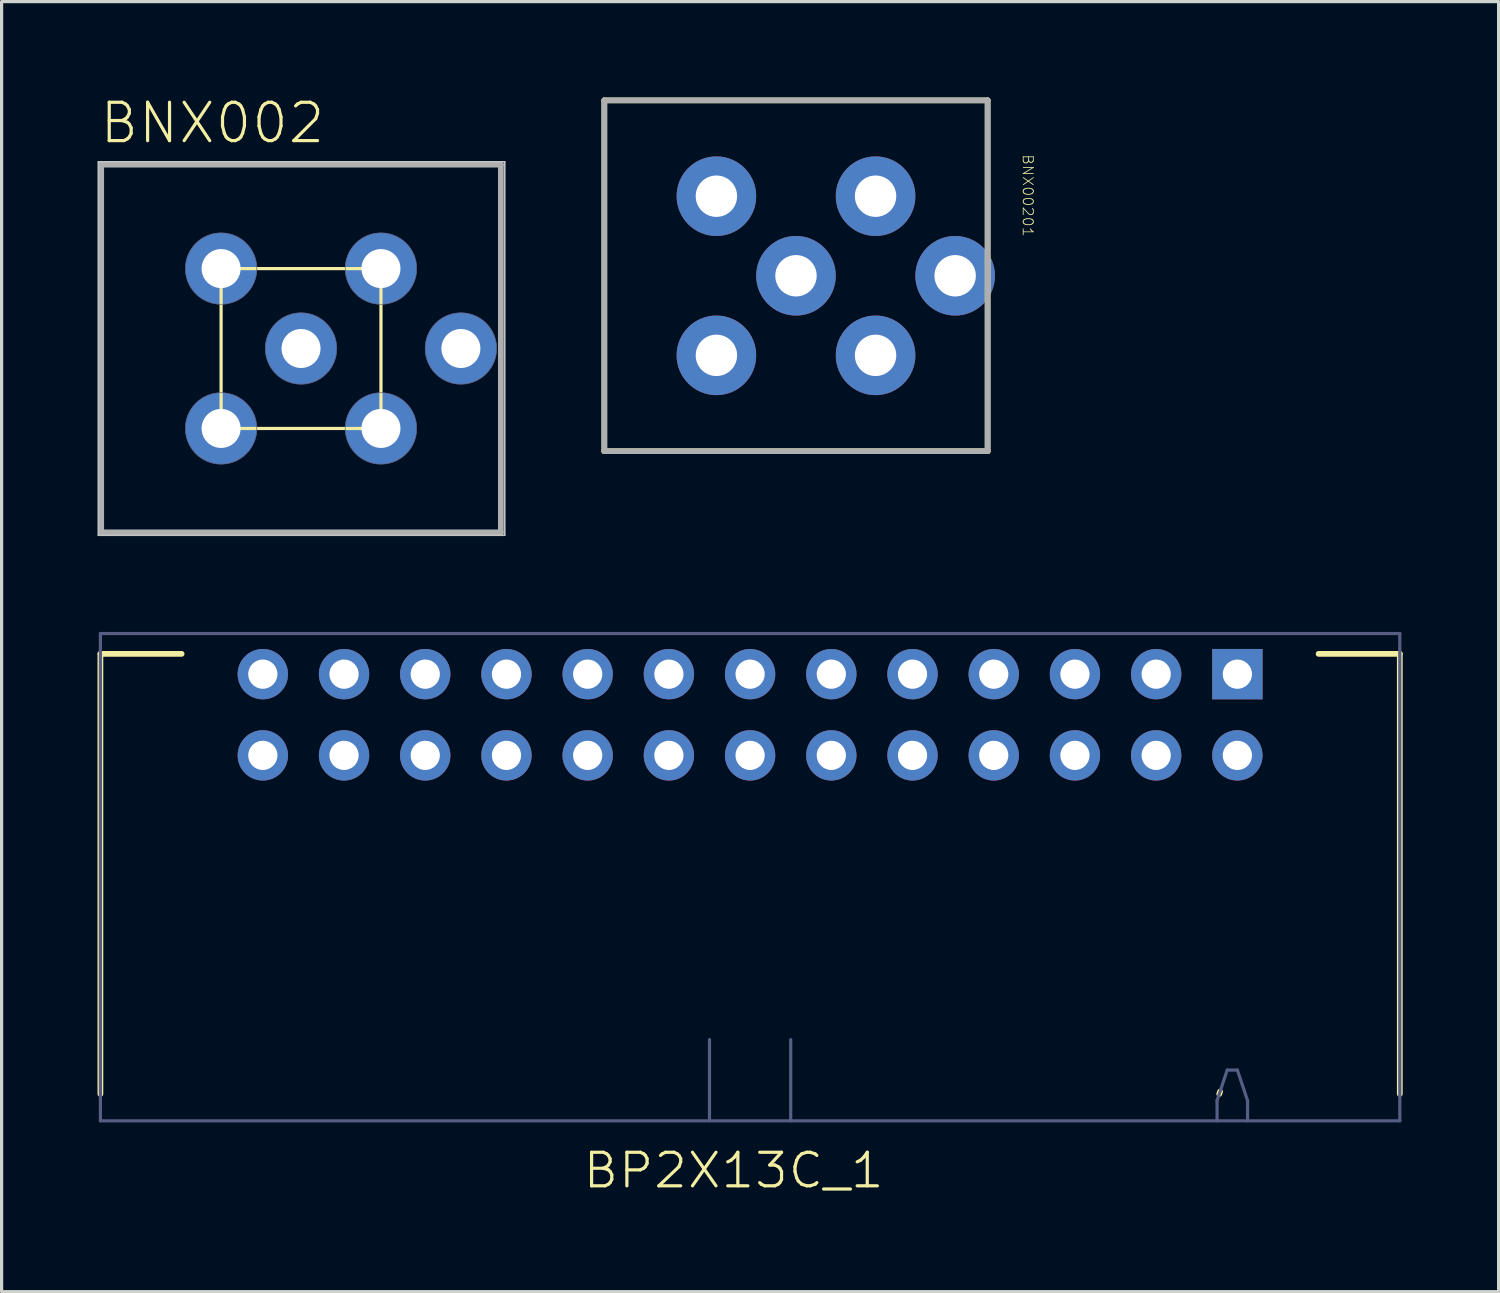
<source format=kicad_pcb>
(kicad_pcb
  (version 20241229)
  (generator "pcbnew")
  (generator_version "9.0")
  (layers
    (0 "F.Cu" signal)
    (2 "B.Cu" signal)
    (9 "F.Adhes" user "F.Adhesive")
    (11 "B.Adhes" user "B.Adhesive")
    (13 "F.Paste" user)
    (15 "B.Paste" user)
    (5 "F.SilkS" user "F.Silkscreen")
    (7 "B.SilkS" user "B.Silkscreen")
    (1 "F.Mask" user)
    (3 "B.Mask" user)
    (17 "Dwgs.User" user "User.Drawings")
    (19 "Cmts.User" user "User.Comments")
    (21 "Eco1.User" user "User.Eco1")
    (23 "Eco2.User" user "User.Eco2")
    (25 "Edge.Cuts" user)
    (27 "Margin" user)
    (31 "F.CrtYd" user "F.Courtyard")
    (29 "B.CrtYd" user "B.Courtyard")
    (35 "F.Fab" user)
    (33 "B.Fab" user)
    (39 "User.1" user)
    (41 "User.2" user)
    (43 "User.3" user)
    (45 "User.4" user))
  (footprint "BP2X13C_1"
    (layer "F.Cu")
    (at 35.65 18.035)
    (property "Reference" "BP2X13C_1" (at -15.755 15.522 0) (unlocked yes) (layer "F.SilkS") (effects (font (size 1.05 1.104) (thickness 0.1))))
    (attr smd)
    (fp_line (start -35.56 -0.635) (end -35.56 13.13) (stroke (width 0.18) (type solid)) (layer "F.SilkS"))
    (fp_line (start -33.02 -0.635) (end -35.56 -0.635) (stroke (width 0.18) (type solid)) (layer "F.SilkS"))
    (fp_line (start -0.542 13.056) (end -0.567 13.13) (stroke (width 0.18) (type solid)) (layer "F.SilkS"))
    (fp_line (start 5.08 -0.635) (end 2.54 -0.635) (stroke (width 0.18) (type solid)) (layer "F.SilkS"))
    (fp_line (start 5.08 -0.635) (end 5.08 13.13) (stroke (width 0.18) (type solid)) (layer "F.SilkS"))
    (fp_line (start -35.56 -1.27) (end -35.56 13.97) (stroke (width 0.1) (type solid)) (layer "B.Fab"))
    (fp_line (start -16.51 11.43) (end -16.51 13.97) (stroke (width 0.1) (type solid)) (layer "B.Fab"))
    (fp_line (start -13.97 11.43) (end -13.97 13.97) (stroke (width 0.1) (type solid)) (layer "B.Fab"))
    (fp_line (start -0.635 13.335) (end -0.635 13.97) (stroke (width 0.1) (type solid)) (layer "B.Fab"))
    (fp_line (start -0.318 12.383) (end -0.635 13.335) (stroke (width 0.1) (type solid)) (layer "B.Fab"))
    (fp_line (start 0 12.383) (end -0.318 12.383) (stroke (width 0.1) (type solid)) (layer "B.Fab"))
    (fp_line (start 0.318 13.335) (end 0 12.383) (stroke (width 0.1) (type solid)) (layer "B.Fab"))
    (fp_line (start 0.318 13.335) (end 0.318 13.97) (stroke (width 0.1) (type solid)) (layer "B.Fab"))
    (fp_line (start 5.08 -1.27) (end -35.56 -1.27) (stroke (width 0.1) (type solid)) (layer "B.Fab"))
    (fp_line (start 5.08 -1.27) (end 5.08 13.97) (stroke (width 0.1) (type solid)) (layer "B.Fab"))
    (fp_line (start 5.08 13.97) (end -35.56 13.97) (stroke (width 0.1) (type solid)) (layer "B.Fab"))
    (pad "1" thru_hole rect (at 0 0 180) (size 1.575 1.575) (drill 0.914) (layers "*.Cu" "*.Mask"))
    (pad "2" thru_hole circle (at 0 2.54 180) (size 1.575 1.575) (drill 0.914) (layers "*.Cu" "*.Mask"))
    (pad "3" thru_hole circle (at -2.54 0 180) (size 1.575 1.575) (drill 0.914) (layers "*.Cu" "*.Mask"))
    (pad "4" thru_hole circle (at -2.54 2.54 180) (size 1.575 1.575) (drill 0.914) (layers "*.Cu" "*.Mask"))
    (pad "5" thru_hole circle (at -5.08 0 180) (size 1.575 1.575) (drill 0.914) (layers "*.Cu" "*.Mask"))
    (pad "6" thru_hole circle (at -5.08 2.54 180) (size 1.575 1.575) (drill 0.914) (layers "*.Cu" "*.Mask"))
    (pad "7" thru_hole circle (at -7.62 0 180) (size 1.575 1.575) (drill 0.914) (layers "*.Cu" "*.Mask"))
    (pad "8" thru_hole circle (at -7.62 2.54 180) (size 1.575 1.575) (drill 0.914) (layers "*.Cu" "*.Mask"))
    (pad "9" thru_hole circle (at -10.16 0 180) (size 1.575 1.575) (drill 0.914) (layers "*.Cu" "*.Mask"))
    (pad "10" thru_hole circle (at -10.16 2.54 180) (size 1.575 1.575) (drill 0.914) (layers "*.Cu" "*.Mask"))
    (pad "11" thru_hole circle (at -12.7 0 180) (size 1.575 1.575) (drill 0.914) (layers "*.Cu" "*.Mask"))
    (pad "12" thru_hole circle (at -12.7 2.54 180) (size 1.575 1.575) (drill 0.914) (layers "*.Cu" "*.Mask"))
    (pad "13" thru_hole circle (at -15.24 0 180) (size 1.575 1.575) (drill 0.914) (layers "*.Cu" "*.Mask"))
    (pad "14" thru_hole circle (at -15.24 2.54 180) (size 1.575 1.575) (drill 0.914) (layers "*.Cu" "*.Mask"))
    (pad "15" thru_hole circle (at -17.78 0 180) (size 1.575 1.575) (drill 0.914) (layers "*.Cu" "*.Mask"))
    (pad "16" thru_hole circle (at -17.78 2.54 180) (size 1.575 1.575) (drill 0.914) (layers "*.Cu" "*.Mask"))
    (pad "17" thru_hole circle (at -20.32 0 180) (size 1.575 1.575) (drill 0.914) (layers "*.Cu" "*.Mask"))
    (pad "18" thru_hole circle (at -20.32 2.54 180) (size 1.575 1.575) (drill 0.914) (layers "*.Cu" "*.Mask"))
    (pad "19" thru_hole circle (at -22.86 0 180) (size 1.575 1.575) (drill 0.914) (layers "*.Cu" "*.Mask"))
    (pad "20" thru_hole circle (at -22.86 2.54 180) (size 1.575 1.575) (drill 0.914) (layers "*.Cu" "*.Mask"))
    (pad "21" thru_hole circle (at -25.4 0 180) (size 1.575 1.575) (drill 0.914) (layers "*.Cu" "*.Mask"))
    (pad "22" thru_hole circle (at -25.4 2.54 180) (size 1.575 1.575) (drill 0.914) (layers "*.Cu" "*.Mask"))
    (pad "23" thru_hole circle (at -27.94 0 180) (size 1.575 1.575) (drill 0.914) (layers "*.Cu" "*.Mask"))
    (pad "24" thru_hole circle (at -27.94 2.54 180) (size 1.575 1.575) (drill 0.914) (layers "*.Cu" "*.Mask"))
    (pad "25" thru_hole circle (at -30.48 0 180) (size 1.575 1.575) (drill 0.914) (layers "*.Cu" "*.Mask"))
    (pad "26" thru_hole circle (at -30.48 2.54 180) (size 1.575 1.575) (drill 0.914) (layers "*.Cu" "*.Mask")))
  (footprint "BNX002"
    (placed yes)
    (layer "F.Cu")
    (at 6.365 7.85)
    (property "Reference" "BNX002" (at -6.35 -6.35 0) (layer "F.SilkS") (effects (font (size 1.2 1.2) (thickness 0.1)) (justify left bottom)))
    (attr through_hole)
    (fp_line (start -6.25 -5.75) (end -6.25 5.75) (stroke (width 0.1) (type solid)) (layer "F.SilkS"))
    (fp_line (start -6.25 5.75) (end 6.25 5.75) (stroke (width 0.1) (type solid)) (layer "F.SilkS"))
    (fp_line (start -2.5 -2.5) (end -2.5 2.5) (stroke (width 0.1) (type solid)) (layer "F.SilkS"))
    (fp_line (start -2.5 2.5) (end 2.5 2.5) (stroke (width 0.1) (type solid)) (layer "F.SilkS"))
    (fp_line (start 2.5 -2.5) (end -2.5 -2.5) (stroke (width 0.1) (type solid)) (layer "F.SilkS"))
    (fp_line (start 2.5 2.5) (end 2.5 -2.5) (stroke (width 0.1) (type solid)) (layer "F.SilkS"))
    (fp_line (start 6.25 -5.75) (end -6.25 -5.75) (stroke (width 0.1) (type solid)) (layer "F.SilkS"))
    (fp_line (start 6.25 5.75) (end 6.25 -5.75) (stroke (width 0.1) (type solid)) (layer "F.SilkS"))
    (fp_line (start -6.34 -5.84) (end 6.372 -5.84) (stroke (width 0.05) (type solid)) (layer "Dwgs.User"))
    (fp_line (start -6.34 5.84) (end -6.34 -5.84) (stroke (width 0.05) (type solid)) (layer "Dwgs.User"))
    (fp_line (start 6.372 -5.84) (end 6.372 5.84) (stroke (width 0.05) (type solid)) (layer "Dwgs.User"))
    (fp_line (start 6.372 5.84) (end -6.34 5.84) (stroke (width 0.05) (type solid)) (layer "Dwgs.User"))
    (fp_arc (start -1.3824 -2.5) (mid -3.6176 -2.5) (end -1.3824 -2.5) (stroke (width 0.02) (type solid)) (layer "B.Fab"))
    (fp_arc (start -1.3824 2.5) (mid -3.6176 2.5) (end -1.3824 2.5) (stroke (width 0.02) (type solid)) (layer "B.Fab"))
    (fp_arc (start 1.1176 0) (mid -1.1176 0) (end 1.1176 0) (stroke (width 0.02) (type solid)) (layer "B.Fab"))
    (fp_arc (start 3.6176 -2.5) (mid 1.3824 -2.5) (end 3.6176 -2.5) (stroke (width 0.02) (type solid)) (layer "B.Fab"))
    (fp_arc (start 3.6176 2.5) (mid 1.3824 2.5) (end 3.6176 2.5) (stroke (width 0.02) (type solid)) (layer "B.Fab"))
    (fp_arc (start 6.1176 0) (mid 3.8824 0) (end 6.1176 0) (stroke (width 0.02) (type solid)) (layer "B.Fab"))
    (fp_line (start -6.25 -5.75) (end -6.25 5.75) (stroke (width 0.18) (type solid)) (layer "F.Fab"))
    (fp_line (start -6.25 5.75) (end 6.25 5.75) (stroke (width 0.18) (type solid)) (layer "F.Fab"))
    (fp_line (start 6.25 -5.75) (end -6.25 -5.75) (stroke (width 0.18) (type solid)) (layer "F.Fab"))
    (fp_line (start 6.25 5.75) (end 6.25 -5.75) (stroke (width 0.18) (type solid)) (layer "F.Fab"))
    (fp_poly (pts (xy -6.25 5.75) (xy -6.25 -5.75) (xy 6.25 -5.75) (xy 6.25 5.75) (xy -6.25 5.75)) (stroke (width 0.02) (type solid)) (fill no) (layer "F.Fab"))
    (pad "B" thru_hole circle (at 2.5 -2.5) (size 2.235 2.235) (drill 1.219) (layers "*.Cu" "*.Mask"))
    (pad "CB" thru_hole circle (at 2.5 2.5) (size 2.235 2.235) (drill 1.219) (layers "*.Cu" "*.Mask"))
    (pad "CG1" thru_hole circle (at -2.5 2.5) (size 2.235 2.235) (drill 1.219) (layers "*.Cu" "*.Mask"))
    (pad "CG2" thru_hole circle (at 0 0) (size 2.235 2.235) (drill 1.219) (layers "*.Cu" "*.Mask"))
    (pad "CG3" thru_hole circle (at 5 0) (size 2.235 2.235) (drill 1.219) (layers "*.Cu" "*.Mask"))
    (pad "PSG" thru_hole circle (at -2.5 -2.5) (size 2.235 2.235) (drill 1.219) (layers "*.Cu" "*.Mask")))
  (footprint "BNX00201"
    (layer "F.Cu")
    (at 21.845 5.575)
    (property "Reference" "BNX00201" (at 7.252 -2.508 270) (unlocked yes) (layer "F.SilkS") (effects (font (size 0.317 0.333) (thickness 0.025))))
    (attr smd)
    (fp_line (start -5.994 -5.486) (end 5.994 -5.486) (stroke (width 0.178) (type solid)) (layer "F.SilkS"))
    (fp_line (start -5.994 5.486) (end -5.994 -5.486) (stroke (width 0.178) (type solid)) (layer "F.SilkS"))
    (fp_line (start -5.994 5.486) (end 5.994 5.486) (stroke (width 0.178) (type solid)) (layer "F.SilkS"))
    (fp_line (start 5.994 5.486) (end 5.994 -5.486) (stroke (width 0.178) (type solid)) (layer "F.SilkS"))
    (fp_line (start -5.994 -5.486) (end 5.994 -5.486) (stroke (width 0.178) (type solid)) (layer "F.Fab"))
    (fp_line (start -5.994 5.486) (end -5.994 -5.486) (stroke (width 0.178) (type solid)) (layer "F.Fab"))
    (fp_line (start -5.994 5.486) (end 5.994 5.486) (stroke (width 0.178) (type solid)) (layer "F.Fab"))
    (fp_line (start 5.994 5.486) (end 5.994 -5.486) (stroke (width 0.178) (type solid)) (layer "F.Fab"))
    (pad "B" thru_hole circle (at 2.489 -2.489) (size 2.489 2.489) (drill 1.295) (layers "*.Cu" "*.Mask"))
    (pad "CB" thru_hole circle (at 2.489 2.489) (size 2.489 2.489) (drill 1.295) (layers "*.Cu" "*.Mask"))
    (pad "CG1" thru_hole circle (at -2.489 2.489) (size 2.489 2.489) (drill 1.295) (layers "*.Cu" "*.Mask"))
    (pad "CG2" thru_hole circle (at 0 0) (size 2.489 2.489) (drill 1.295) (layers "*.Cu" "*.Mask"))
    (pad "CG3" thru_hole circle (at 4.978 0) (size 2.489 2.489) (drill 1.295) (layers "*.Cu" "*.Mask"))
    (pad "PSG" thru_hole circle (at -2.489 -2.489) (size 2.489 2.489) (drill 1.295) (layers "*.Cu" "*.Mask")))
  (gr_rect
    (start -3 -3)
    (end 43.82 37.347)
    (stroke (width 0.1) (type default))
    (fill no)
    (layer "Edge.Cuts")))
</source>
